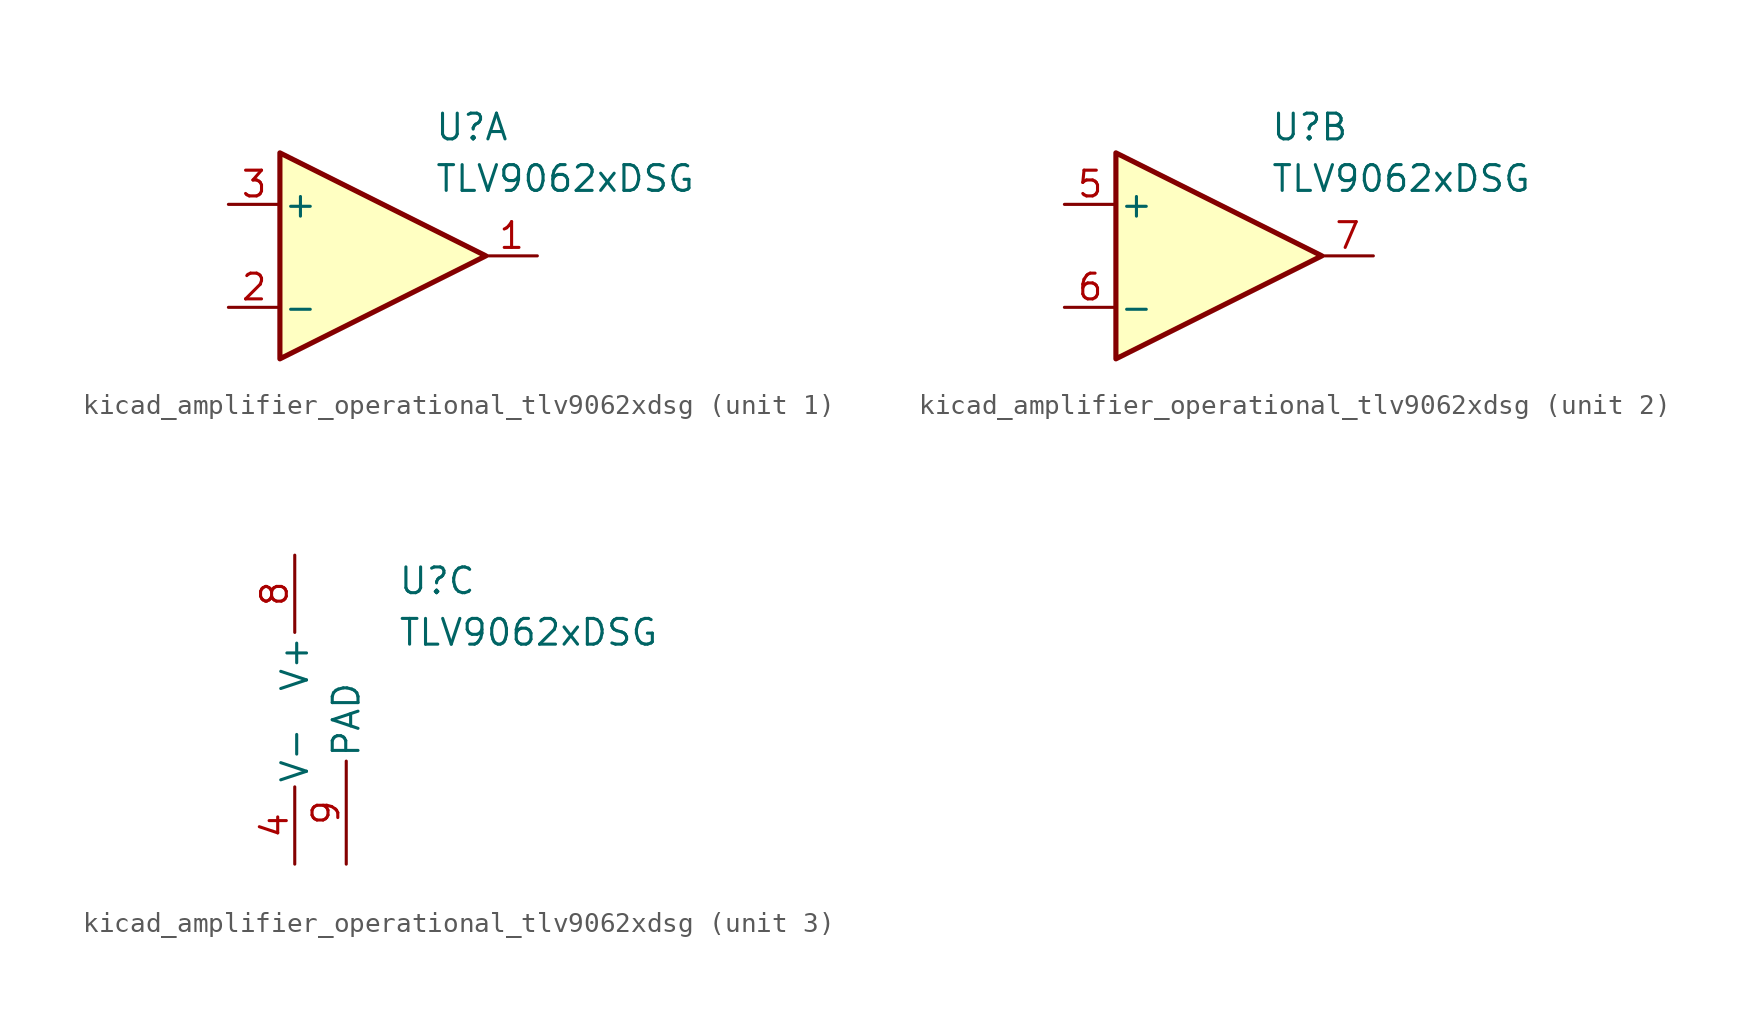
<source format=kicad_sym>
(kicad_symbol_lib
  (version 20220914)
  (generator kicad_symbol_editor)
  (symbol "kicad_amplifier_operational_tlv9062xdsg"
    (pin_names
      (offset 0.127))
    (property "Reference" "U"
      (at 2.54 6.35 0)
      (effects (font (size 1.27 1.27)) (justify left)))
    (property "Value" "TLV9062xDSG"
      (at 2.54 3.81 0)
      (effects (font (size 1.27 1.27)) (justify left)))
    (property "ki_locked" ""
      (at 0 0 0)
      (effects (font (size 1.27 1.27))))
    (symbol "kicad_amplifier_operational_tlv9062xdsg_1_1"
      (polyline (pts (xy -5.08 5.08) (xy 5.08 0) (xy -5.08 -5.08) (xy -5.08 5.08)) (stroke (width 0.254) (type default)) (fill (type background)))
      (pin output line (at 7.62 0 180) (length 2.54) (name "~" (effects (font (size 1.27 1.27)))) (number "1" (effects (font (size 1.27 1.27)))))
      (pin input line (at -7.62 -2.54 0) (length 2.54) (name "-" (effects (font (size 1.27 1.27)))) (number "2" (effects (font (size 1.27 1.27)))))
      (pin input line (at -7.62 2.54 0) (length 2.54) (name "+" (effects (font (size 1.27 1.27)))) (number "3" (effects (font (size 1.27 1.27))))))
    (symbol "kicad_amplifier_operational_tlv9062xdsg_2_1"
      (polyline (pts (xy -5.08 5.08) (xy 5.08 0) (xy -5.08 -5.08) (xy -5.08 5.08)) (stroke (width 0.254) (type default)) (fill (type background)))
      (pin input line (at -7.62 2.54 0) (length 2.54) (name "+" (effects (font (size 1.27 1.27)))) (number "5" (effects (font (size 1.27 1.27)))))
      (pin input line (at -7.62 -2.54 0) (length 2.54) (name "-" (effects (font (size 1.27 1.27)))) (number "6" (effects (font (size 1.27 1.27)))))
      (pin output line (at 7.62 0 180) (length 2.54) (name "~" (effects (font (size 1.27 1.27)))) (number "7" (effects (font (size 1.27 1.27))))))
    (symbol "kicad_amplifier_operational_tlv9062xdsg_3_1"
      (pin power_in line (at -2.54 -7.62 90) (length 3.81) (name "V-" (effects (font (size 1.27 1.27)))) (number "4" (effects (font (size 1.27 1.27)))))
      (pin power_in line (at -2.54 7.62 270) (length 3.81) (name "V+" (effects (font (size 1.27 1.27)))) (number "8" (effects (font (size 1.27 1.27)))))
      (pin power_in line (at 0 -7.62 90) (length 5.08) (name "PAD" (effects (font (size 1.27 1.27)))) (number "9" (effects (font (size 1.27 1.27))))))))
</source>
